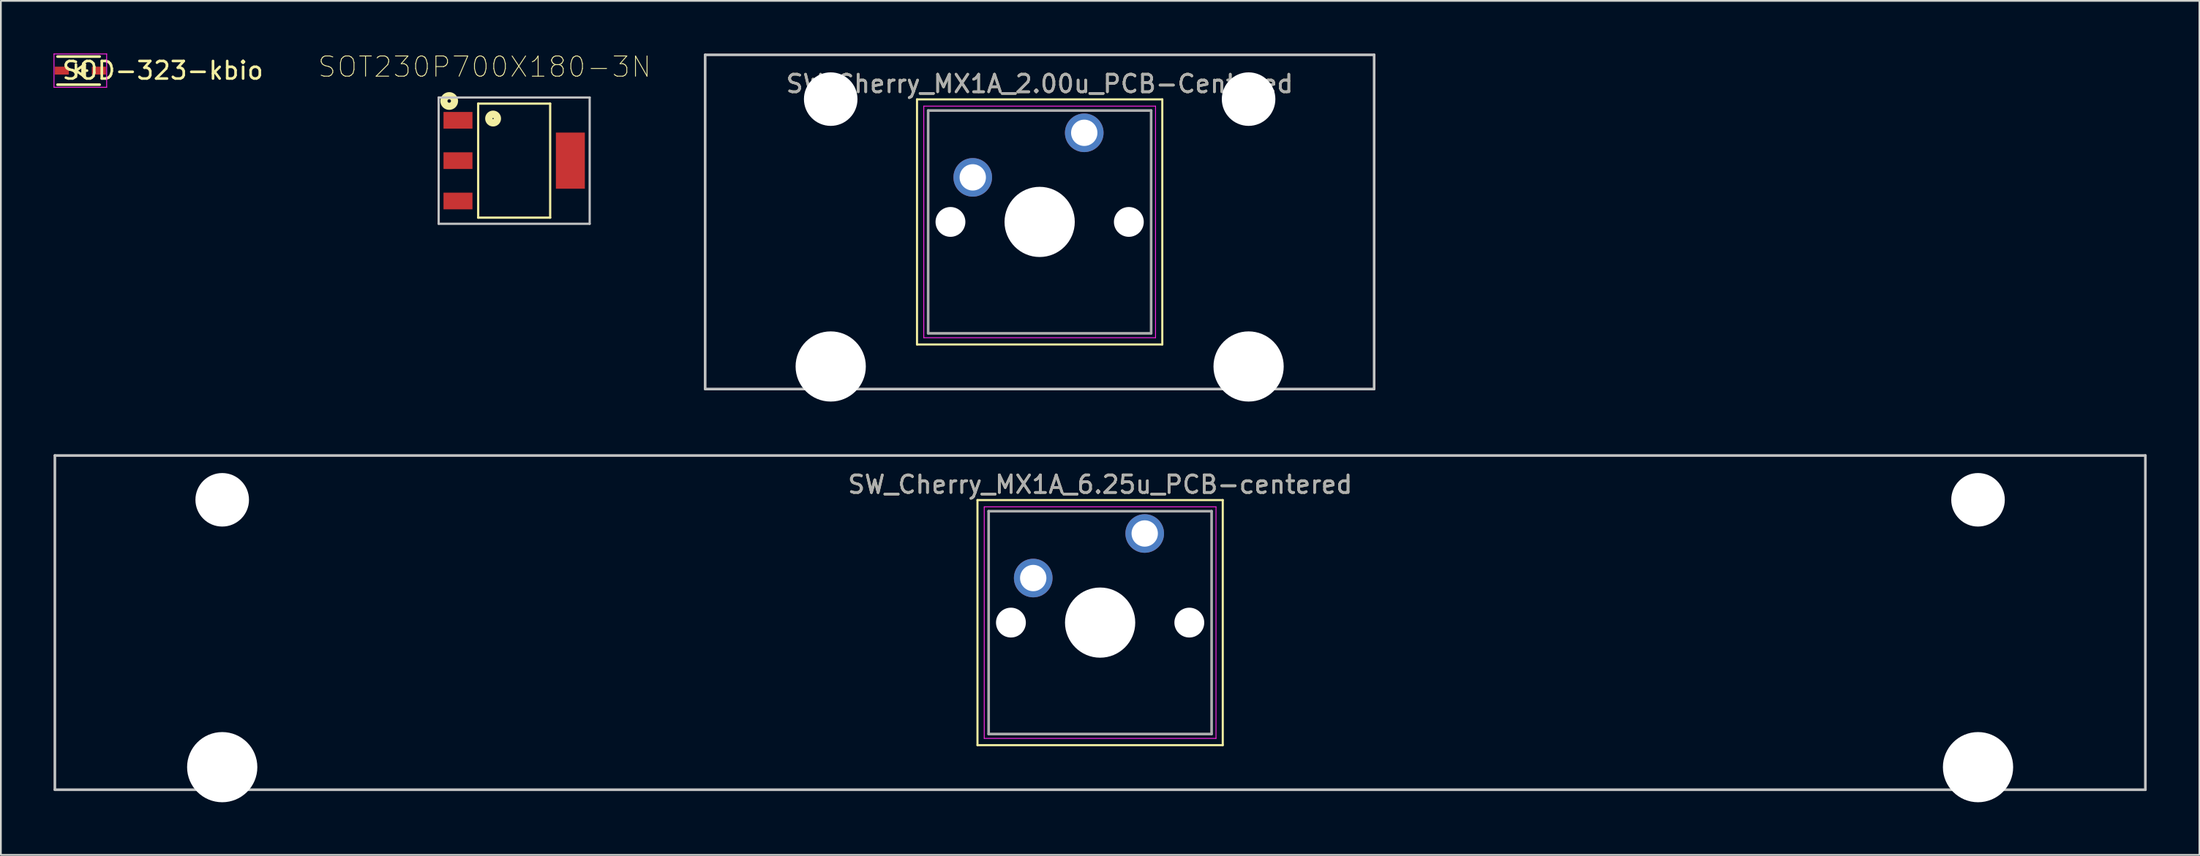
<source format=kicad_pcb>
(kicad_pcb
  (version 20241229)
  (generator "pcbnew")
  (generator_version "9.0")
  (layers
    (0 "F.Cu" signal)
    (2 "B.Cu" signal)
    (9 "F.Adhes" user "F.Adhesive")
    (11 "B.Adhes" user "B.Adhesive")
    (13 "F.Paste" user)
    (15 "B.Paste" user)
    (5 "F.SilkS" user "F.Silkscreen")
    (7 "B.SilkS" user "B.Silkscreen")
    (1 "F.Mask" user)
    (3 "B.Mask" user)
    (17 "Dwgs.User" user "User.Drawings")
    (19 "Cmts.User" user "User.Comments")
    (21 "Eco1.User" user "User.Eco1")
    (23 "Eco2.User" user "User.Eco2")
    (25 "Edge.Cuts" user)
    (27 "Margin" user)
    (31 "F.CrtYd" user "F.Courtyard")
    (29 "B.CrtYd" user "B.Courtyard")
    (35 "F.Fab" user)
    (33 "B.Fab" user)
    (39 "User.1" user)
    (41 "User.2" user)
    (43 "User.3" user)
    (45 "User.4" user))
  (footprint "SOD-323-kbio"
    (layer "F.Cu")
    (at 1.525 0.975)
    (property "Reference" "SOD-323-kbio" (at 4.699 -0.004 0) (layer "F.SilkS") (effects (font (size 1 1) (thickness 0.15))))
    (attr smd)
    (fp_line (start -1.3 -0.8) (end 1.1 -0.8) (stroke (width 0.15) (type solid)) (layer "F.SilkS"))
    (fp_line (start -1.3 0.8) (end 1.1 0.8) (stroke (width 0.15) (type solid)) (layer "F.SilkS"))
    (fp_line (start -0.25 -0.35) (end -0.25 0.35) (stroke (width 0.15) (type solid)) (layer "F.SilkS"))
    (fp_line (start -0.25 0) (end -0.381 0) (stroke (width 0.15) (type solid)) (layer "F.SilkS"))
    (fp_line (start -0.25 0) (end 0.25 -0.35) (stroke (width 0.15) (type solid)) (layer "F.SilkS"))
    (fp_line (start 0.25 -0.35) (end 0.25 0.35) (stroke (width 0.15) (type solid)) (layer "F.SilkS"))
    (fp_line (start 0.25 0) (end 0.381 0) (stroke (width 0.15) (type solid)) (layer "F.SilkS"))
    (fp_line (start 0.25 0.35) (end -0.25 0) (stroke (width 0.15) (type solid)) (layer "F.SilkS"))
    (fp_line (start -1.5 -0.95) (end -1.5 0.95) (stroke (width 0.05) (type solid)) (layer "F.CrtYd"))
    (fp_line (start -1.5 -0.95) (end 1.5 -0.95) (stroke (width 0.05) (type solid)) (layer "F.CrtYd"))
    (fp_line (start -1.5 0.95) (end 1.5 0.95) (stroke (width 0.05) (type solid)) (layer "F.CrtYd"))
    (fp_line (start 1.5 -0.95) (end 1.5 0.95) (stroke (width 0.05) (type solid)) (layer "F.CrtYd"))
    (pad "1" smd rect (at -1.055 0) (size 0.8 0.45) (layers "F.Cu" "F.Mask" "F.Paste"))
    (pad "2" smd rect (at 1.055 0) (size 0.8 0.45) (layers "F.Cu" "F.Mask" "F.Paste")))
  (footprint "SW_Cherry_MX1A_6.25u_PCB-centered"
    (layer "F.Cu")
    (at 59.606 32.44)
    (property "Reference" "SW_Cherry_MX1A_6.25u_PCB-centered" (at 0 -7.874 0) (layer "F.SilkS") (effects (font (size 1 1) (thickness 0.15))))
    (attr through_hole)
    (fp_line (start -6.985 -6.985) (end 6.985 -6.985) (stroke (width 0.12) (type solid)) (layer "F.SilkS"))
    (fp_line (start -6.985 6.985) (end -6.985 -6.985) (stroke (width 0.12) (type solid)) (layer "F.SilkS"))
    (fp_line (start 6.985 -6.985) (end 6.985 6.985) (stroke (width 0.12) (type solid)) (layer "F.SilkS"))
    (fp_line (start 6.985 6.985) (end -6.985 6.985) (stroke (width 0.12) (type solid)) (layer "F.SilkS"))
    (fp_line (start -59.531 -9.525) (end 59.531 -9.525) (stroke (width 0.15) (type solid)) (layer "Dwgs.User"))
    (fp_line (start -59.531 9.525) (end -59.531 -9.525) (stroke (width 0.15) (type solid)) (layer "Dwgs.User"))
    (fp_line (start 59.531 -9.525) (end 59.531 9.525) (stroke (width 0.15) (type solid)) (layer "Dwgs.User"))
    (fp_line (start 59.531 9.525) (end -59.531 9.525) (stroke (width 0.15) (type solid)) (layer "Dwgs.User"))
    (fp_line (start -6.6 -6.6) (end 6.6 -6.6) (stroke (width 0.05) (type solid)) (layer "F.CrtYd"))
    (fp_line (start -6.6 6.6) (end -6.6 -6.6) (stroke (width 0.05) (type solid)) (layer "F.CrtYd"))
    (fp_line (start 6.6 -6.6) (end 6.6 6.6) (stroke (width 0.05) (type solid)) (layer "F.CrtYd"))
    (fp_line (start 6.6 6.6) (end -6.6 6.6) (stroke (width 0.05) (type solid)) (layer "F.CrtYd"))
    (fp_line (start -6.35 -6.35) (end 6.35 -6.35) (stroke (width 0.15) (type solid)) (layer "F.Fab"))
    (fp_line (start -6.35 6.35) (end -6.35 -6.35) (stroke (width 0.15) (type solid)) (layer "F.Fab"))
    (fp_line (start 6.35 -6.35) (end 6.35 6.35) (stroke (width 0.15) (type solid)) (layer "F.Fab"))
    (fp_line (start 6.35 6.35) (end -6.35 6.35) (stroke (width 0.15) (type solid)) (layer "F.Fab"))
    (fp_text user "${REFERENCE}" (at 0 -7.874 0) (layer "F.Fab") (effects (font (size 1 1) (thickness 0.15))))
    (pad "" np_thru_hole circle (at -50 -7) (size 3.05 3.05) (drill 3.05) (layers "*.Cu" "*.Mask"))
    (pad "" np_thru_hole circle (at -50 8.24) (size 4 4) (drill 4) (layers "*.Cu" "*.Mask"))
    (pad "" np_thru_hole circle (at -5.08 0) (size 1.7 1.7) (drill 1.7) (layers "*.Cu" "*.Mask"))
    (pad "" np_thru_hole circle (at 0 0) (size 4 4) (drill 4) (layers "*.Cu" "*.Mask"))
    (pad "" np_thru_hole circle (at 5.08 0) (size 1.7 1.7) (drill 1.7) (layers "*.Cu" "*.Mask"))
    (pad "" np_thru_hole circle (at 50 -7) (size 3.05 3.05) (drill 3.05) (layers "*.Cu" "*.Mask"))
    (pad "" np_thru_hole circle (at 50 8.24) (size 4 4) (drill 4) (layers "*.Cu" "*.Mask"))
    (pad "1" thru_hole circle (at 2.54 -5.08) (size 2.2 2.2) (drill 1.5) (layers "*.Cu" "*.Mask"))
    (pad "2" thru_hole circle (at -3.81 -2.54) (size 2.2 2.2) (drill 1.5) (layers "*.Cu" "*.Mask")))
  (footprint "SW_Cherry_MX1A_2.00u_PCB-Centered"
    (layer "F.Cu")
    (at 56.162 9.6)
    (property "Reference" "SW_Cherry_MX1A_2.00u_PCB-Centered" (at 0 -7.874 0) (layer "F.SilkS") (effects (font (size 1 1) (thickness 0.15))))
    (attr through_hole)
    (fp_line (start -6.985 -6.985) (end 6.985 -6.985) (stroke (width 0.12) (type solid)) (layer "F.SilkS"))
    (fp_line (start -6.985 6.985) (end -6.985 -6.985) (stroke (width 0.12) (type solid)) (layer "F.SilkS"))
    (fp_line (start 6.985 -6.985) (end 6.985 6.985) (stroke (width 0.12) (type solid)) (layer "F.SilkS"))
    (fp_line (start 6.985 6.985) (end -6.985 6.985) (stroke (width 0.12) (type solid)) (layer "F.SilkS"))
    (fp_line (start -19.05 -9.525) (end 19.05 -9.525) (stroke (width 0.15) (type solid)) (layer "Dwgs.User"))
    (fp_line (start -19.05 9.525) (end -19.05 -9.525) (stroke (width 0.15) (type solid)) (layer "Dwgs.User"))
    (fp_line (start 19.05 -9.525) (end 19.05 9.525) (stroke (width 0.15) (type solid)) (layer "Dwgs.User"))
    (fp_line (start 19.05 9.525) (end -19.05 9.525) (stroke (width 0.15) (type solid)) (layer "Dwgs.User"))
    (fp_line (start -6.6 -6.6) (end 6.6 -6.6) (stroke (width 0.05) (type solid)) (layer "F.CrtYd"))
    (fp_line (start -6.6 6.6) (end -6.6 -6.6) (stroke (width 0.05) (type solid)) (layer "F.CrtYd"))
    (fp_line (start 6.6 -6.6) (end 6.6 6.6) (stroke (width 0.05) (type solid)) (layer "F.CrtYd"))
    (fp_line (start 6.6 6.6) (end -6.6 6.6) (stroke (width 0.05) (type solid)) (layer "F.CrtYd"))
    (fp_line (start -6.35 -6.35) (end 6.35 -6.35) (stroke (width 0.15) (type solid)) (layer "F.Fab"))
    (fp_line (start -6.35 6.35) (end -6.35 -6.35) (stroke (width 0.15) (type solid)) (layer "F.Fab"))
    (fp_line (start 6.35 -6.35) (end 6.35 6.35) (stroke (width 0.15) (type solid)) (layer "F.Fab"))
    (fp_line (start 6.35 6.35) (end -6.35 6.35) (stroke (width 0.15) (type solid)) (layer "F.Fab"))
    (fp_text user "${REFERENCE}" (at 0 -7.874 0) (layer "F.Fab") (effects (font (size 1 1) (thickness 0.15))))
    (pad "" np_thru_hole circle (at -11.9 -7) (size 3.05 3.05) (drill 3.05) (layers "*.Cu" "*.Mask"))
    (pad "" np_thru_hole circle (at -11.9 8.24) (size 4 4) (drill 4) (layers "*.Cu" "*.Mask"))
    (pad "" np_thru_hole circle (at -5.08 0) (size 1.7 1.7) (drill 1.7) (layers "*.Cu" "*.Mask"))
    (pad "" np_thru_hole circle (at 0 0) (size 4 4) (drill 4) (layers "*.Cu" "*.Mask"))
    (pad "" np_thru_hole circle (at 5.08 0) (size 1.7 1.7) (drill 1.7) (layers "*.Cu" "*.Mask"))
    (pad "" np_thru_hole circle (at 11.9 -7) (size 3.05 3.05) (drill 3.05) (layers "*.Cu" "*.Mask"))
    (pad "" np_thru_hole circle (at 11.9 8.24) (size 4 4) (drill 4) (layers "*.Cu" "*.Mask"))
    (pad "1" thru_hole circle (at 2.54 -5.08) (size 2.2 2.2) (drill 1.5) (layers "*.Cu" "*.Mask"))
    (pad "2" thru_hole circle (at -3.81 -2.54) (size 2.2 2.2) (drill 1.5) (layers "*.Cu" "*.Mask")))
  (footprint "SOT230P700X180-3N"
    (layer "F.Cu")
    (at 26.234 6.107)
    (property "Reference" "SOT230P700X180-3N" (at -1.684 -5.345 0) (layer "F.SilkS") (effects (font (size 1.153 1.153) (thickness 0.05))))
    (attr smd)
    (fp_line (start -2.05 -3.25) (end -2.05 3.25) (stroke (width 0.127) (type solid)) (layer "F.SilkS"))
    (fp_line (start -2.05 3.25) (end 2.05 3.25) (stroke (width 0.127) (type solid)) (layer "F.SilkS"))
    (fp_line (start 2.05 -3.25) (end -2.05 -3.25) (stroke (width 0.127) (type solid)) (layer "F.SilkS"))
    (fp_line (start 2.05 3.25) (end 2.05 -3.25) (stroke (width 0.127) (type solid)) (layer "F.SilkS"))
    (fp_circle (center -3.7 -3.4) (end -3.6 -3.4) (stroke (width 0.406) (type solid)) (fill no) (layer "F.SilkS"))
    (fp_circle (center -1.2 -2.4) (end -1.1 -2.4) (stroke (width 0.127) (type solid)) (fill no) (layer "F.SilkS"))
    (fp_circle (center -1.2 -2.4) (end -0.95 -2.4) (stroke (width 0.406) (type solid)) (fill no) (layer "F.SilkS"))
    (fp_line (start -4.3 -3.6) (end 4.3 -3.6) (stroke (width 0.127) (type solid)) (layer "Dwgs.User"))
    (fp_line (start -4.3 3.6) (end -4.3 -3.6) (stroke (width 0.127) (type solid)) (layer "Dwgs.User"))
    (fp_line (start 4.3 -3.6) (end 4.3 3.6) (stroke (width 0.127) (type solid)) (layer "Dwgs.User"))
    (fp_line (start 4.3 3.6) (end -4.3 3.6) (stroke (width 0.127) (type solid)) (layer "Dwgs.User"))
    (pad "1" smd rect (at -3.2 -2.3) (size 1.65 0.95) (layers "F.Cu" "F.Mask" "F.Paste"))
    (pad "2" smd rect (at -3.2 0) (size 1.65 0.95) (layers "F.Cu" "F.Mask" "F.Paste"))
    (pad "3" smd rect (at -3.2 2.3) (size 1.65 0.95) (layers "F.Cu" "F.Mask" "F.Paste"))
    (pad "4" smd rect (at 3.2 0) (size 1.65 3.2) (layers "F.Cu" "F.Mask" "F.Paste")))
  (gr_rect
    (start -3 -3)
    (end 122.213 45.68)
    (stroke (width 0.1) (type default))
    (fill no)
    (layer "Edge.Cuts")))
</source>
